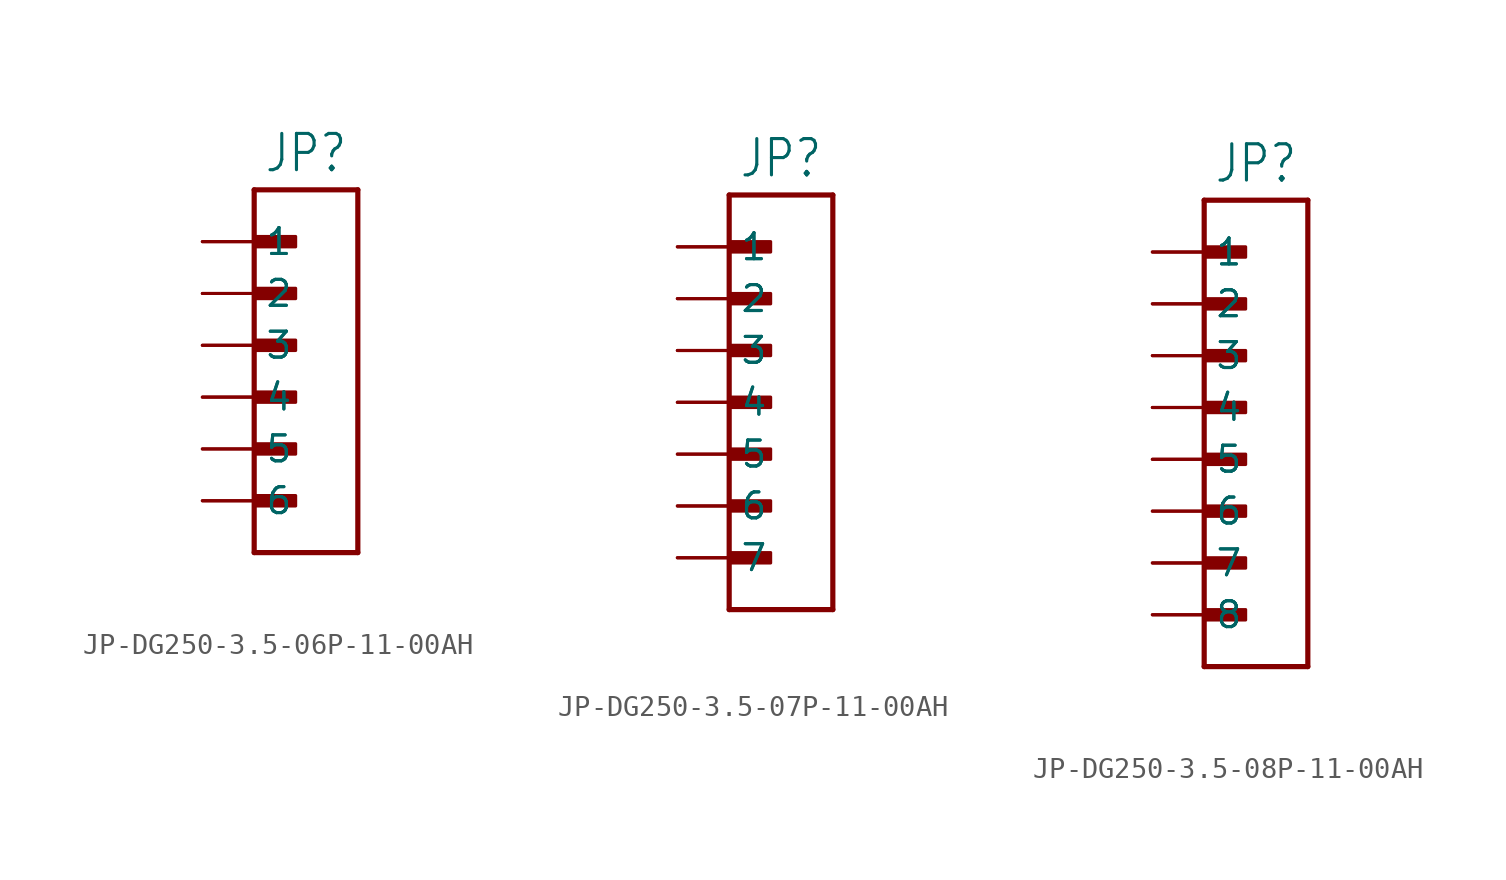
<source format=kicad_sym>
(kicad_symbol_lib
  (version 20231120)
  (generator "kicad_symbol_editor")
  (generator_version "8.0")
  (symbol "JP-DG250-3.5-06P-11-00AH"
    (property "Reference" "JP"
      (at 0 8.382 0)
      (effects (font (size 1.778 1.511)) (justify bottom)))
    (property "Value" ""
      (at 0 -10.922 0)
      (effects (font (size 1.778 1.511)) (justify top)))
    (property "ki_locked" ""
      (at 0 0 0)
      (effects (font (size 1.27 1.27))))
    (symbol "JP-DG250-3.5-06P-11-00AH_1_0"
      (rectangle (start -2.54 -7.874) (end -0.508 -7.366) (stroke (width 0) (type default)) (fill (type outline)))
      (rectangle (start -2.54 -5.334) (end -0.508 -4.826) (stroke (width 0) (type default)) (fill (type outline)))
      (rectangle (start -2.54 -2.794) (end -0.508 -2.286) (stroke (width 0) (type default)) (fill (type outline)))
      (rectangle (start -2.54 -0.254) (end -0.508 0.254) (stroke (width 0) (type default)) (fill (type outline)))
      (rectangle (start -2.54 2.286) (end -0.508 2.794) (stroke (width 0) (type default)) (fill (type outline)))
      (rectangle (start -2.54 4.826) (end -0.508 5.334) (stroke (width 0) (type default)) (fill (type outline)))
      (polyline (pts (xy -2.54 -10.16) (xy -2.54 7.62)) (stroke (width 0.254) (type solid)) (fill (type none)))
      (polyline (pts (xy -2.54 7.62) (xy 2.54 7.62)) (stroke (width 0.254) (type solid)) (fill (type none)))
      (polyline (pts (xy 2.54 -10.16) (xy -2.54 -10.16)) (stroke (width 0.254) (type solid)) (fill (type none)))
      (polyline (pts (xy 2.54 7.62) (xy 2.54 -10.16)) (stroke (width 0.254) (type solid)) (fill (type none)))
      (pin passive line (at -5.08 5.08 0) (length 2.54) (name "1" (effects (font (size 1.27 1.27)))) (number "1A" (effects (font (size 0 0)))))
      (pin passive line (at -5.08 5.08 0) (length 2.54) (name "1" (effects (font (size 1.27 1.27)))) (number "1B" (effects (font (size 0 0)))))
      (pin passive line (at -5.08 2.54 0) (length 2.54) (name "2" (effects (font (size 1.27 1.27)))) (number "2A" (effects (font (size 0 0)))))
      (pin passive line (at -5.08 2.54 0) (length 2.54) (name "2" (effects (font (size 1.27 1.27)))) (number "2B" (effects (font (size 0 0)))))
      (pin passive line (at -5.08 0 0) (length 2.54) (name "3" (effects (font (size 1.27 1.27)))) (number "3A" (effects (font (size 0 0)))))
      (pin passive line (at -5.08 0 0) (length 2.54) (name "3" (effects (font (size 1.27 1.27)))) (number "3B" (effects (font (size 0 0)))))
      (pin passive line (at -5.08 -2.54 0) (length 2.54) (name "4" (effects (font (size 1.27 1.27)))) (number "4A" (effects (font (size 0 0)))))
      (pin passive line (at -5.08 -2.54 0) (length 2.54) (name "4" (effects (font (size 1.27 1.27)))) (number "4B" (effects (font (size 0 0)))))
      (pin passive line (at -5.08 -5.08 0) (length 2.54) (name "5" (effects (font (size 1.27 1.27)))) (number "5A" (effects (font (size 0 0)))))
      (pin passive line (at -5.08 -5.08 0) (length 2.54) (name "5" (effects (font (size 1.27 1.27)))) (number "5B" (effects (font (size 0 0)))))
      (pin passive line (at -5.08 -7.62 0) (length 2.54) (name "6" (effects (font (size 1.27 1.27)))) (number "6A" (effects (font (size 0 0)))))
      (pin passive line (at -5.08 -7.62 0) (length 2.54) (name "6" (effects (font (size 1.27 1.27)))) (number "6B" (effects (font (size 0 0)))))))
  (symbol "JP-DG250-3.5-07P-11-00AH"
    (property "Reference" "JP"
      (at 0 10.922 0)
      (effects (font (size 1.778 1.511)) (justify bottom)))
    (property "Value" ""
      (at 0 -10.922 0)
      (effects (font (size 1.778 1.511)) (justify top)))
    (property "ki_locked" ""
      (at 0 0 0)
      (effects (font (size 1.27 1.27))))
    (symbol "JP-DG250-3.5-07P-11-00AH_1_0"
      (rectangle (start -2.54 -7.874) (end -0.508 -7.366) (stroke (width 0) (type default)) (fill (type outline)))
      (rectangle (start -2.54 -5.334) (end -0.508 -4.826) (stroke (width 0) (type default)) (fill (type outline)))
      (rectangle (start -2.54 -2.794) (end -0.508 -2.286) (stroke (width 0) (type default)) (fill (type outline)))
      (rectangle (start -2.54 -0.254) (end -0.508 0.254) (stroke (width 0) (type default)) (fill (type outline)))
      (rectangle (start -2.54 2.286) (end -0.508 2.794) (stroke (width 0) (type default)) (fill (type outline)))
      (rectangle (start -2.54 4.826) (end -0.508 5.334) (stroke (width 0) (type default)) (fill (type outline)))
      (rectangle (start -2.54 7.366) (end -0.508 7.874) (stroke (width 0) (type default)) (fill (type outline)))
      (polyline (pts (xy -2.54 -10.16) (xy -2.54 10.16)) (stroke (width 0.254) (type solid)) (fill (type none)))
      (polyline (pts (xy -2.54 10.16) (xy 2.54 10.16)) (stroke (width 0.254) (type solid)) (fill (type none)))
      (polyline (pts (xy 2.54 -10.16) (xy -2.54 -10.16)) (stroke (width 0.254) (type solid)) (fill (type none)))
      (polyline (pts (xy 2.54 10.16) (xy 2.54 -10.16)) (stroke (width 0.254) (type solid)) (fill (type none)))
      (pin passive line (at -5.08 7.62 0) (length 2.54) (name "1" (effects (font (size 1.27 1.27)))) (number "1A" (effects (font (size 0 0)))))
      (pin passive line (at -5.08 7.62 0) (length 2.54) (name "1" (effects (font (size 1.27 1.27)))) (number "1B" (effects (font (size 0 0)))))
      (pin passive line (at -5.08 5.08 0) (length 2.54) (name "2" (effects (font (size 1.27 1.27)))) (number "2A" (effects (font (size 0 0)))))
      (pin passive line (at -5.08 5.08 0) (length 2.54) (name "2" (effects (font (size 1.27 1.27)))) (number "2B" (effects (font (size 0 0)))))
      (pin passive line (at -5.08 2.54 0) (length 2.54) (name "3" (effects (font (size 1.27 1.27)))) (number "3A" (effects (font (size 0 0)))))
      (pin passive line (at -5.08 2.54 0) (length 2.54) (name "3" (effects (font (size 1.27 1.27)))) (number "3B" (effects (font (size 0 0)))))
      (pin passive line (at -5.08 0 0) (length 2.54) (name "4" (effects (font (size 1.27 1.27)))) (number "4A" (effects (font (size 0 0)))))
      (pin passive line (at -5.08 0 0) (length 2.54) (name "4" (effects (font (size 1.27 1.27)))) (number "4B" (effects (font (size 0 0)))))
      (pin passive line (at -5.08 -2.54 0) (length 2.54) (name "5" (effects (font (size 1.27 1.27)))) (number "5A" (effects (font (size 0 0)))))
      (pin passive line (at -5.08 -2.54 0) (length 2.54) (name "5" (effects (font (size 1.27 1.27)))) (number "5B" (effects (font (size 0 0)))))
      (pin passive line (at -5.08 -5.08 0) (length 2.54) (name "6" (effects (font (size 1.27 1.27)))) (number "6A" (effects (font (size 0 0)))))
      (pin passive line (at -5.08 -5.08 0) (length 2.54) (name "6" (effects (font (size 1.27 1.27)))) (number "6B" (effects (font (size 0 0)))))
      (pin passive line (at -5.08 -7.62 0) (length 2.54) (name "7" (effects (font (size 1.27 1.27)))) (number "7A" (effects (font (size 0 0)))))
      (pin passive line (at -5.08 -7.62 0) (length 2.54) (name "7" (effects (font (size 1.27 1.27)))) (number "7B" (effects (font (size 0 0)))))))
  (symbol "JP-DG250-3.5-08P-11-00AH"
    (property "Reference" "JP"
      (at 0 10.922 0)
      (effects (font (size 1.778 1.511)) (justify bottom)))
    (property "Value" ""
      (at 0 -13.462 0)
      (effects (font (size 1.778 1.511)) (justify top)))
    (property "ki_locked" ""
      (at 0 0 0)
      (effects (font (size 1.27 1.27))))
    (symbol "JP-DG250-3.5-08P-11-00AH_1_0"
      (rectangle (start -2.54 -10.414) (end -0.508 -9.906) (stroke (width 0) (type default)) (fill (type outline)))
      (rectangle (start -2.54 -7.874) (end -0.508 -7.366) (stroke (width 0) (type default)) (fill (type outline)))
      (rectangle (start -2.54 -5.334) (end -0.508 -4.826) (stroke (width 0) (type default)) (fill (type outline)))
      (rectangle (start -2.54 -2.794) (end -0.508 -2.286) (stroke (width 0) (type default)) (fill (type outline)))
      (rectangle (start -2.54 -0.254) (end -0.508 0.254) (stroke (width 0) (type default)) (fill (type outline)))
      (rectangle (start -2.54 2.286) (end -0.508 2.794) (stroke (width 0) (type default)) (fill (type outline)))
      (rectangle (start -2.54 4.826) (end -0.508 5.334) (stroke (width 0) (type default)) (fill (type outline)))
      (rectangle (start -2.54 7.366) (end -0.508 7.874) (stroke (width 0) (type default)) (fill (type outline)))
      (polyline (pts (xy -2.54 -12.7) (xy -2.54 10.16)) (stroke (width 0.254) (type solid)) (fill (type none)))
      (polyline (pts (xy -2.54 10.16) (xy 2.54 10.16)) (stroke (width 0.254) (type solid)) (fill (type none)))
      (polyline (pts (xy 2.54 -12.7) (xy -2.54 -12.7)) (stroke (width 0.254) (type solid)) (fill (type none)))
      (polyline (pts (xy 2.54 10.16) (xy 2.54 -12.7)) (stroke (width 0.254) (type solid)) (fill (type none)))
      (pin passive line (at -5.08 7.62 0) (length 2.54) (name "1" (effects (font (size 1.27 1.27)))) (number "1A" (effects (font (size 0 0)))))
      (pin passive line (at -5.08 7.62 0) (length 2.54) (name "1" (effects (font (size 1.27 1.27)))) (number "1B" (effects (font (size 0 0)))))
      (pin passive line (at -5.08 5.08 0) (length 2.54) (name "2" (effects (font (size 1.27 1.27)))) (number "2A" (effects (font (size 0 0)))))
      (pin passive line (at -5.08 5.08 0) (length 2.54) (name "2" (effects (font (size 1.27 1.27)))) (number "2B" (effects (font (size 0 0)))))
      (pin passive line (at -5.08 2.54 0) (length 2.54) (name "3" (effects (font (size 1.27 1.27)))) (number "3A" (effects (font (size 0 0)))))
      (pin passive line (at -5.08 2.54 0) (length 2.54) (name "3" (effects (font (size 1.27 1.27)))) (number "3B" (effects (font (size 0 0)))))
      (pin passive line (at -5.08 0 0) (length 2.54) (name "4" (effects (font (size 1.27 1.27)))) (number "4A" (effects (font (size 0 0)))))
      (pin passive line (at -5.08 0 0) (length 2.54) (name "4" (effects (font (size 1.27 1.27)))) (number "4B" (effects (font (size 0 0)))))
      (pin passive line (at -5.08 -2.54 0) (length 2.54) (name "5" (effects (font (size 1.27 1.27)))) (number "5A" (effects (font (size 0 0)))))
      (pin passive line (at -5.08 -2.54 0) (length 2.54) (name "5" (effects (font (size 1.27 1.27)))) (number "5B" (effects (font (size 0 0)))))
      (pin passive line (at -5.08 -5.08 0) (length 2.54) (name "6" (effects (font (size 1.27 1.27)))) (number "6A" (effects (font (size 0 0)))))
      (pin passive line (at -5.08 -5.08 0) (length 2.54) (name "6" (effects (font (size 1.27 1.27)))) (number "6B" (effects (font (size 0 0)))))
      (pin passive line (at -5.08 -7.62 0) (length 2.54) (name "7" (effects (font (size 1.27 1.27)))) (number "7A" (effects (font (size 0 0)))))
      (pin passive line (at -5.08 -7.62 0) (length 2.54) (name "7" (effects (font (size 1.27 1.27)))) (number "7B" (effects (font (size 0 0)))))
      (pin passive line (at -5.08 -10.16 0) (length 2.54) (name "8" (effects (font (size 1.27 1.27)))) (number "8A" (effects (font (size 0 0)))))
      (pin passive line (at -5.08 -10.16 0) (length 2.54) (name "8" (effects (font (size 1.27 1.27)))) (number "8B" (effects (font (size 0 0))))))))
</source>
